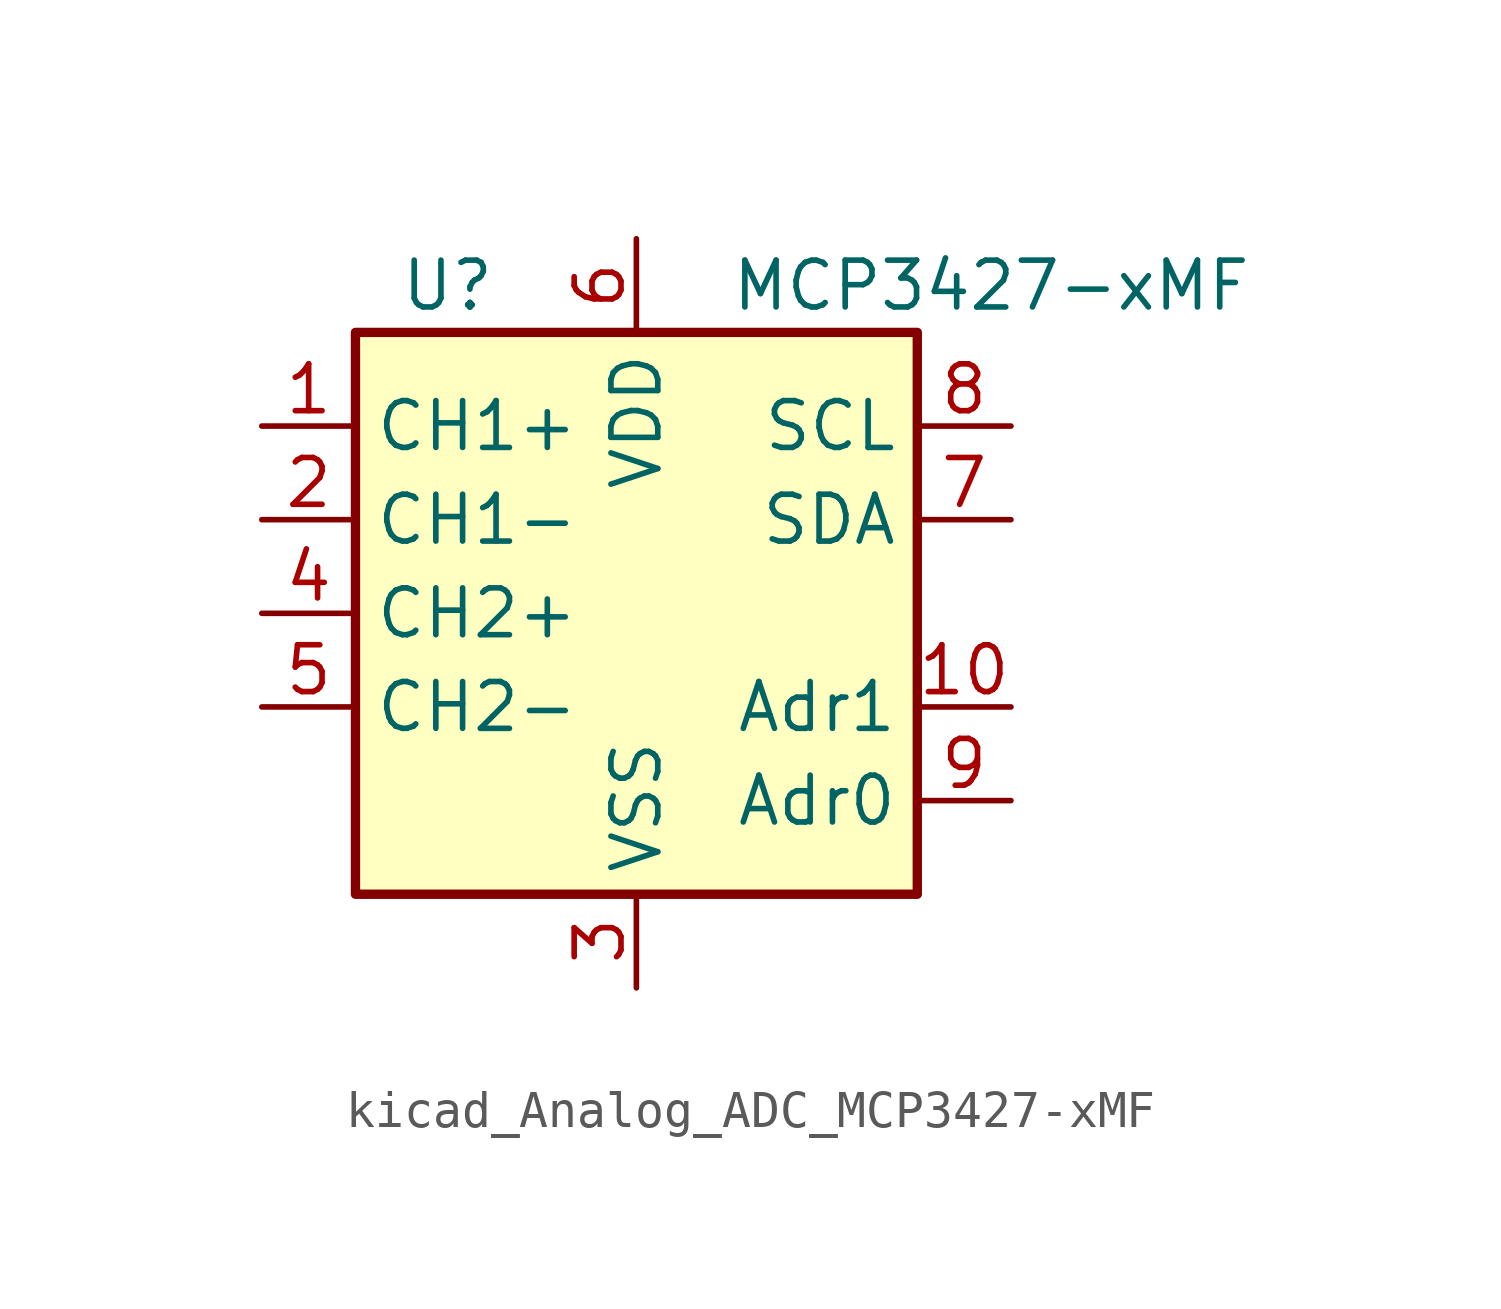
<source format=kicad_sym>
(kicad_symbol_lib
  (version 20220914)
  (generator kicad_symbol_editor)
  (symbol "kicad_Analog_ADC_MCP3427-xMF"
    (property "Reference" "U"
      (at -3.81 8.89 0)
      (effects (font (size 1.27 1.27)) (justify right)))
    (property "Value" "MCP3427-xMF"
      (at 2.54 8.89 0)
      (effects (font (size 1.27 1.27)) (justify left)))
    (symbol "kicad_Analog_ADC_MCP3427-xMF_0_1"
      (rectangle (start -7.62 7.62) (end 7.62 -7.62) (stroke (width 0.254) (type default)) (fill (type background))))
    (symbol "kicad_Analog_ADC_MCP3427-xMF_1_1"
      (pin input line (at -10.16 5.08 0) (length 2.54) (name "CH1+" (effects (font (size 1.27 1.27)))) (number "1" (effects (font (size 1.27 1.27)))))
      (pin input line (at 10.16 -2.54 180) (length 2.54) (name "Adr1" (effects (font (size 1.27 1.27)))) (number "10" (effects (font (size 1.27 1.27)))))
      (pin passive line (at 0 -10.16 90) (length 2.54) hide (name "VSS" (effects (font (size 1.27 1.27)))) (number "11" (effects (font (size 1.27 1.27)))))
      (pin input line (at -10.16 2.54 0) (length 2.54) (name "CH1-" (effects (font (size 1.27 1.27)))) (number "2" (effects (font (size 1.27 1.27)))))
      (pin power_in line (at 0 -10.16 90) (length 2.54) (name "VSS" (effects (font (size 1.27 1.27)))) (number "3" (effects (font (size 1.27 1.27)))))
      (pin input line (at -10.16 0 0) (length 2.54) (name "CH2+" (effects (font (size 1.27 1.27)))) (number "4" (effects (font (size 1.27 1.27)))))
      (pin input line (at -10.16 -2.54 0) (length 2.54) (name "CH2-" (effects (font (size 1.27 1.27)))) (number "5" (effects (font (size 1.27 1.27)))))
      (pin power_in line (at 0 10.16 270) (length 2.54) (name "VDD" (effects (font (size 1.27 1.27)))) (number "6" (effects (font (size 1.27 1.27)))))
      (pin bidirectional line (at 10.16 2.54 180) (length 2.54) (name "SDA" (effects (font (size 1.27 1.27)))) (number "7" (effects (font (size 1.27 1.27)))))
      (pin input line (at 10.16 5.08 180) (length 2.54) (name "SCL" (effects (font (size 1.27 1.27)))) (number "8" (effects (font (size 1.27 1.27)))))
      (pin input line (at 10.16 -5.08 180) (length 2.54) (name "Adr0" (effects (font (size 1.27 1.27)))) (number "9" (effects (font (size 1.27 1.27))))))))
</source>
